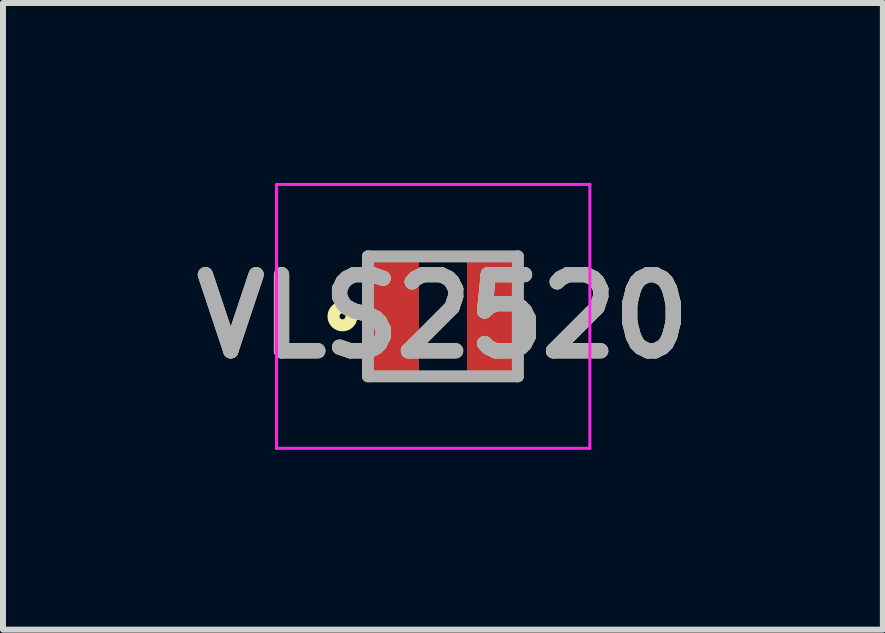
<source format=kicad_pcb>
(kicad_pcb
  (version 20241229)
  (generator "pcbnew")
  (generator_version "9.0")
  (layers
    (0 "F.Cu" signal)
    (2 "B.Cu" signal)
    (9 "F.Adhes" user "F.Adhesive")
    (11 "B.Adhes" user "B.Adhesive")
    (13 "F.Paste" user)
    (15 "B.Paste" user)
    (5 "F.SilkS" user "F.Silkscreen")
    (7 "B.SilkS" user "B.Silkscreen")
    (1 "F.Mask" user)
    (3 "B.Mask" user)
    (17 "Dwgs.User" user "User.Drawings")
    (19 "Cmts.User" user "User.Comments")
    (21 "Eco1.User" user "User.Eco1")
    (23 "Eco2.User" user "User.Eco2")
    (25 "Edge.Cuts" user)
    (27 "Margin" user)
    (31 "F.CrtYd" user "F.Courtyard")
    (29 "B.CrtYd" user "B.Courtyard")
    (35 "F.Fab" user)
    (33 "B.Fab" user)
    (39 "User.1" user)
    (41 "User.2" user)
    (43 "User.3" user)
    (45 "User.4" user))
  (footprint "VLS2520"
    (layer "F.Cu")
    (at 4.336 2.225)
    (property "Reference" "VLS2520" (at 0 0 0) (layer "F.SilkS") (effects (font (size 1.27 1.27) (thickness 0.254))))
    (attr smd)
    (fp_circle (center -1.675 0) (end -1.675 0.05) (stroke (width 0.2) (type solid)) (fill no) (layer "F.SilkS"))
    (fp_line (start -2.775 -2.2) (end 2.45 -2.2) (stroke (width 0.05) (type solid)) (layer "F.CrtYd"))
    (fp_line (start -2.775 2.2) (end -2.775 -2.2) (stroke (width 0.05) (type solid)) (layer "F.CrtYd"))
    (fp_line (start 2.45 -2.2) (end 2.45 2.2) (stroke (width 0.05) (type solid)) (layer "F.CrtYd"))
    (fp_line (start 2.45 2.2) (end -2.775 2.2) (stroke (width 0.05) (type solid)) (layer "F.CrtYd"))
    (fp_line (start -1.25 -1) (end 1.25 -1) (stroke (width 0.2) (type solid)) (layer "F.Fab"))
    (fp_line (start -1.25 1) (end -1.25 -1) (stroke (width 0.2) (type solid)) (layer "F.Fab"))
    (fp_line (start 1.25 -1) (end 1.25 1) (stroke (width 0.2) (type solid)) (layer "F.Fab"))
    (fp_line (start 1.25 1) (end -1.25 1) (stroke (width 0.2) (type solid)) (layer "F.Fab"))
    (fp_text user "${REFERENCE}" (at 0 0 0) (layer "F.Fab") (effects (font (size 1.27 1.27) (thickness 0.254))))
    (pad "1" smd rect (at -0.825 0) (size 0.85 2) (layers "F.Cu" "F.Mask" "F.Paste"))
    (pad "2" smd rect (at 0.825 0) (size 0.85 2) (layers "F.Cu" "F.Mask" "F.Paste")))
  (gr_rect
    (start -3 -3)
    (end 11.672 7.45)
    (stroke (width 0.1) (type default))
    (fill no)
    (layer "Edge.Cuts")))
</source>
